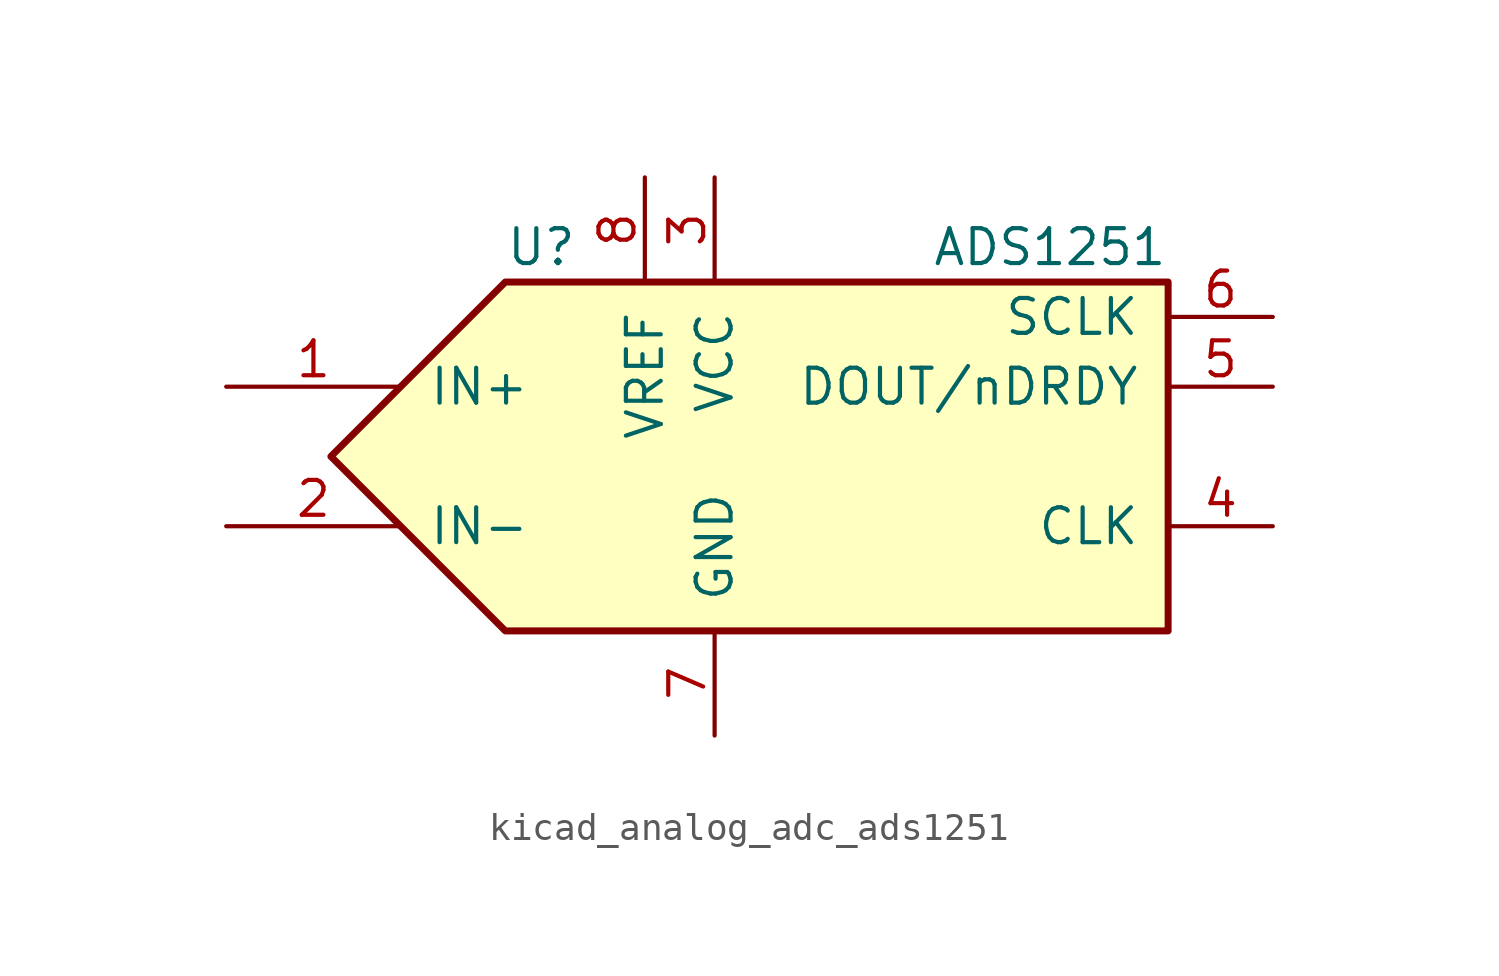
<source format=kicad_sym>
(kicad_symbol_lib
  (version 20220914)
  (generator kicad_symbol_editor)
  (symbol "kicad_analog_adc_ads1251"
    (pin_names
      (offset 1.016))
    (property "Reference" "U"
      (at -10.16 7.62 0)
      (effects (font (size 1.27 1.27)) (justify left)))
    (property "Value" "ADS1251"
      (at 13.97 7.62 0)
      (effects (font (size 1.27 1.27)) (justify right)))
    (symbol "kicad_analog_adc_ads1251_0_1"
      (polyline (pts (xy 13.97 6.35) (xy -10.16 6.35) (xy -16.51 0) (xy -10.16 -6.35) (xy 11.43 -6.35) (xy 13.97 -6.35) (xy 13.97 6.35)) (stroke (width 0.254) (type default)) (fill (type background))))
    (symbol "kicad_analog_adc_ads1251_1_1"
      (pin input line (at -20.32 2.54 0) (length 6.35) (name "IN+" (effects (font (size 1.27 1.27)))) (number "1" (effects (font (size 1.27 1.27)))))
      (pin input line (at -20.32 -2.54 0) (length 6.35) (name "IN-" (effects (font (size 1.27 1.27)))) (number "2" (effects (font (size 1.27 1.27)))))
      (pin power_in line (at -2.54 10.16 270) (length 3.81) (name "VCC" (effects (font (size 1.27 1.27)))) (number "3" (effects (font (size 1.27 1.27)))))
      (pin input line (at 17.78 -2.54 180) (length 3.81) (name "CLK" (effects (font (size 1.27 1.27)))) (number "4" (effects (font (size 1.27 1.27)))))
      (pin output line (at 17.78 2.54 180) (length 3.81) (name "DOUT/nDRDY" (effects (font (size 1.27 1.27)))) (number "5" (effects (font (size 1.27 1.27)))))
      (pin input line (at 17.78 5.08 180) (length 3.81) (name "SCLK" (effects (font (size 1.27 1.27)))) (number "6" (effects (font (size 1.27 1.27)))))
      (pin power_in line (at -2.54 -10.16 90) (length 3.81) (name "GND" (effects (font (size 1.27 1.27)))) (number "7" (effects (font (size 1.27 1.27)))))
      (pin input line (at -5.08 10.16 270) (length 3.81) (name "VREF" (effects (font (size 1.27 1.27)))) (number "8" (effects (font (size 1.27 1.27))))))))
</source>
